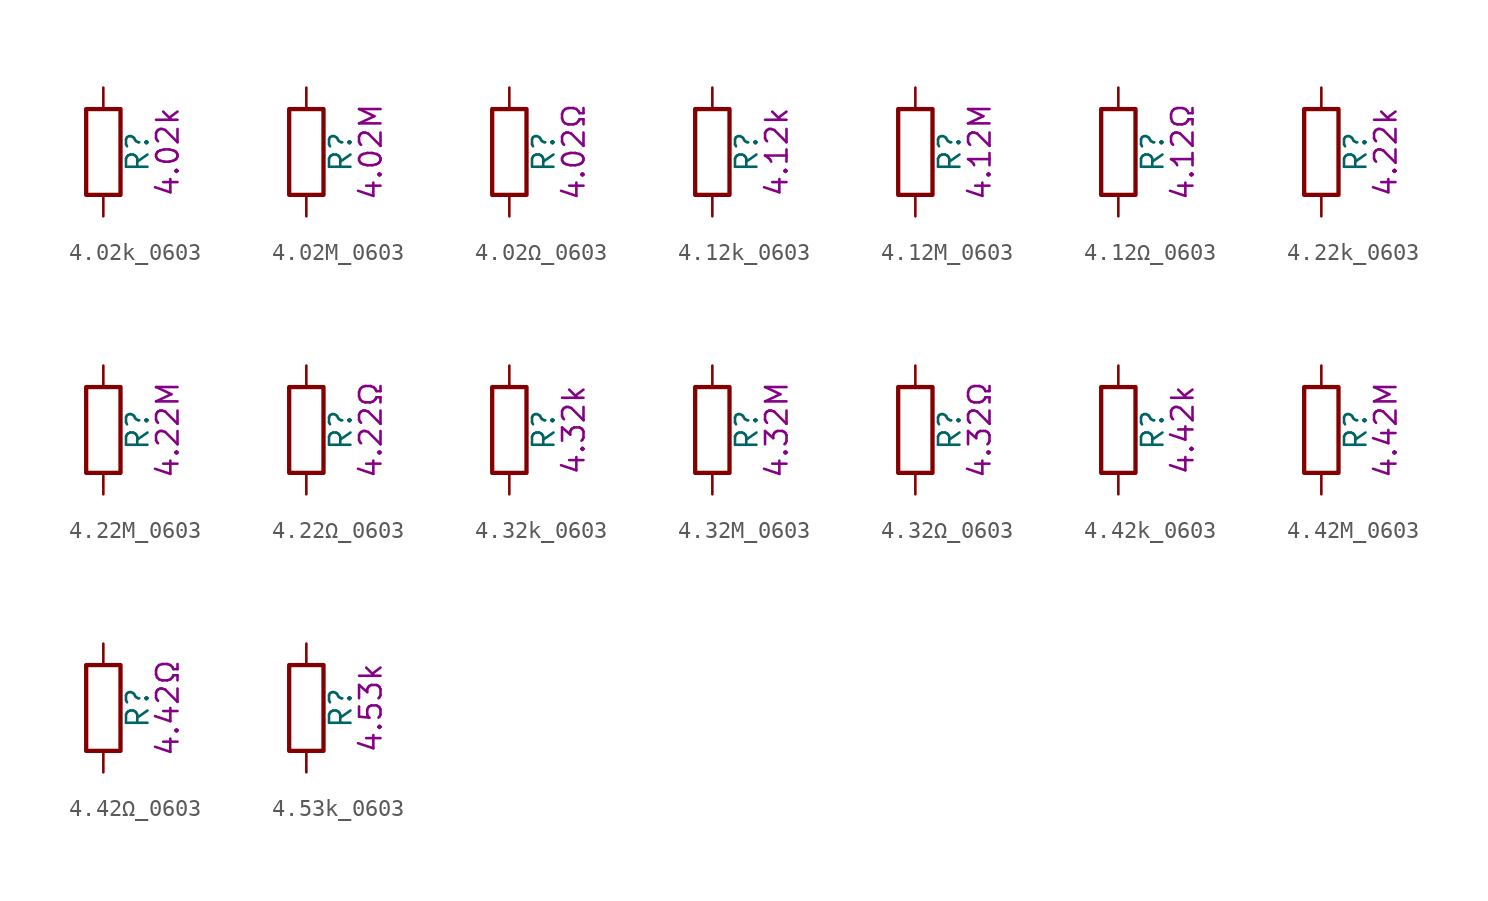
<source format=kicad_sym>
(kicad_symbol_lib
  (version 20211014)
  (generator kicad_symbol_editor)
  (symbol "4.02k_0603"
    (pin_numbers hide)
    (pin_names
      (offset 0))
    (property "Reference" "R"
      (at 2.032 0 90)
      (effects (font (size 1.27 1.27))))
    (property "Display" "4.02k"
      (at 3.81 0 90)
      (effects (font (size 1.27 1.27))))
    (symbol "4.02k_0603_0_1"
      (rectangle (start -1.016 -2.54) (end 1.016 2.54) (stroke (width 0.254) (type default) (color 0 0 0 0)) (fill (type none))))
    (symbol "4.02k_0603_1_1"
      (pin passive line (at 0 3.81 270) (length 1.27) (name "~" (effects (font (size 1.27 1.27)))) (number "1" (effects (font (size 1.27 1.27)))))
      (pin passive line (at 0 -3.81 90) (length 1.27) (name "~" (effects (font (size 1.27 1.27)))) (number "2" (effects (font (size 1.27 1.27)))))))
  (symbol "4.02M_0603"
    (pin_numbers hide)
    (pin_names
      (offset 0))
    (property "Reference" "R"
      (at 2.032 0 90)
      (effects (font (size 1.27 1.27))))
    (property "Display" "4.02M"
      (at 3.81 0 90)
      (effects (font (size 1.27 1.27))))
    (symbol "4.02M_0603_0_1"
      (rectangle (start -1.016 -2.54) (end 1.016 2.54) (stroke (width 0.254) (type default) (color 0 0 0 0)) (fill (type none))))
    (symbol "4.02M_0603_1_1"
      (pin passive line (at 0 3.81 270) (length 1.27) (name "~" (effects (font (size 1.27 1.27)))) (number "1" (effects (font (size 1.27 1.27)))))
      (pin passive line (at 0 -3.81 90) (length 1.27) (name "~" (effects (font (size 1.27 1.27)))) (number "2" (effects (font (size 1.27 1.27)))))))
  (symbol "4.02Ω_0603"
    (pin_numbers hide)
    (pin_names
      (offset 0))
    (property "Reference" "R"
      (at 2.032 0 90)
      (effects (font (size 1.27 1.27))))
    (property "Display" "4.02Ω"
      (at 3.81 0 90)
      (effects (font (size 1.27 1.27))))
    (symbol "4.02Ω_0603_0_1"
      (rectangle (start -1.016 -2.54) (end 1.016 2.54) (stroke (width 0.254) (type default) (color 0 0 0 0)) (fill (type none))))
    (symbol "4.02Ω_0603_1_1"
      (pin passive line (at 0 3.81 270) (length 1.27) (name "~" (effects (font (size 1.27 1.27)))) (number "1" (effects (font (size 1.27 1.27)))))
      (pin passive line (at 0 -3.81 90) (length 1.27) (name "~" (effects (font (size 1.27 1.27)))) (number "2" (effects (font (size 1.27 1.27)))))))
  (symbol "4.12k_0603"
    (pin_numbers hide)
    (pin_names
      (offset 0))
    (property "Reference" "R"
      (at 2.032 0 90)
      (effects (font (size 1.27 1.27))))
    (property "Display" "4.12k"
      (at 3.81 0 90)
      (effects (font (size 1.27 1.27))))
    (symbol "4.12k_0603_0_1"
      (rectangle (start -1.016 -2.54) (end 1.016 2.54) (stroke (width 0.254) (type default) (color 0 0 0 0)) (fill (type none))))
    (symbol "4.12k_0603_1_1"
      (pin passive line (at 0 3.81 270) (length 1.27) (name "~" (effects (font (size 1.27 1.27)))) (number "1" (effects (font (size 1.27 1.27)))))
      (pin passive line (at 0 -3.81 90) (length 1.27) (name "~" (effects (font (size 1.27 1.27)))) (number "2" (effects (font (size 1.27 1.27)))))))
  (symbol "4.12M_0603"
    (pin_numbers hide)
    (pin_names
      (offset 0))
    (property "Reference" "R"
      (at 2.032 0 90)
      (effects (font (size 1.27 1.27))))
    (property "Display" "4.12M"
      (at 3.81 0 90)
      (effects (font (size 1.27 1.27))))
    (symbol "4.12M_0603_0_1"
      (rectangle (start -1.016 -2.54) (end 1.016 2.54) (stroke (width 0.254) (type default) (color 0 0 0 0)) (fill (type none))))
    (symbol "4.12M_0603_1_1"
      (pin passive line (at 0 3.81 270) (length 1.27) (name "~" (effects (font (size 1.27 1.27)))) (number "1" (effects (font (size 1.27 1.27)))))
      (pin passive line (at 0 -3.81 90) (length 1.27) (name "~" (effects (font (size 1.27 1.27)))) (number "2" (effects (font (size 1.27 1.27)))))))
  (symbol "4.12Ω_0603"
    (pin_numbers hide)
    (pin_names
      (offset 0))
    (property "Reference" "R"
      (at 2.032 0 90)
      (effects (font (size 1.27 1.27))))
    (property "Display" "4.12Ω"
      (at 3.81 0 90)
      (effects (font (size 1.27 1.27))))
    (symbol "4.12Ω_0603_0_1"
      (rectangle (start -1.016 -2.54) (end 1.016 2.54) (stroke (width 0.254) (type default) (color 0 0 0 0)) (fill (type none))))
    (symbol "4.12Ω_0603_1_1"
      (pin passive line (at 0 3.81 270) (length 1.27) (name "~" (effects (font (size 1.27 1.27)))) (number "1" (effects (font (size 1.27 1.27)))))
      (pin passive line (at 0 -3.81 90) (length 1.27) (name "~" (effects (font (size 1.27 1.27)))) (number "2" (effects (font (size 1.27 1.27)))))))
  (symbol "4.22k_0603"
    (pin_numbers hide)
    (pin_names
      (offset 0))
    (property "Reference" "R"
      (at 2.032 0 90)
      (effects (font (size 1.27 1.27))))
    (property "Display" "4.22k"
      (at 3.81 0 90)
      (effects (font (size 1.27 1.27))))
    (symbol "4.22k_0603_0_1"
      (rectangle (start -1.016 -2.54) (end 1.016 2.54) (stroke (width 0.254) (type default) (color 0 0 0 0)) (fill (type none))))
    (symbol "4.22k_0603_1_1"
      (pin passive line (at 0 3.81 270) (length 1.27) (name "~" (effects (font (size 1.27 1.27)))) (number "1" (effects (font (size 1.27 1.27)))))
      (pin passive line (at 0 -3.81 90) (length 1.27) (name "~" (effects (font (size 1.27 1.27)))) (number "2" (effects (font (size 1.27 1.27)))))))
  (symbol "4.22M_0603"
    (pin_numbers hide)
    (pin_names
      (offset 0))
    (property "Reference" "R"
      (at 2.032 0 90)
      (effects (font (size 1.27 1.27))))
    (property "Display" "4.22M"
      (at 3.81 0 90)
      (effects (font (size 1.27 1.27))))
    (symbol "4.22M_0603_0_1"
      (rectangle (start -1.016 -2.54) (end 1.016 2.54) (stroke (width 0.254) (type default) (color 0 0 0 0)) (fill (type none))))
    (symbol "4.22M_0603_1_1"
      (pin passive line (at 0 3.81 270) (length 1.27) (name "~" (effects (font (size 1.27 1.27)))) (number "1" (effects (font (size 1.27 1.27)))))
      (pin passive line (at 0 -3.81 90) (length 1.27) (name "~" (effects (font (size 1.27 1.27)))) (number "2" (effects (font (size 1.27 1.27)))))))
  (symbol "4.22Ω_0603"
    (pin_numbers hide)
    (pin_names
      (offset 0))
    (property "Reference" "R"
      (at 2.032 0 90)
      (effects (font (size 1.27 1.27))))
    (property "Display" "4.22Ω"
      (at 3.81 0 90)
      (effects (font (size 1.27 1.27))))
    (symbol "4.22Ω_0603_0_1"
      (rectangle (start -1.016 -2.54) (end 1.016 2.54) (stroke (width 0.254) (type default) (color 0 0 0 0)) (fill (type none))))
    (symbol "4.22Ω_0603_1_1"
      (pin passive line (at 0 3.81 270) (length 1.27) (name "~" (effects (font (size 1.27 1.27)))) (number "1" (effects (font (size 1.27 1.27)))))
      (pin passive line (at 0 -3.81 90) (length 1.27) (name "~" (effects (font (size 1.27 1.27)))) (number "2" (effects (font (size 1.27 1.27)))))))
  (symbol "4.32k_0603"
    (pin_numbers hide)
    (pin_names
      (offset 0))
    (property "Reference" "R"
      (at 2.032 0 90)
      (effects (font (size 1.27 1.27))))
    (property "Display" "4.32k"
      (at 3.81 0 90)
      (effects (font (size 1.27 1.27))))
    (symbol "4.32k_0603_0_1"
      (rectangle (start -1.016 -2.54) (end 1.016 2.54) (stroke (width 0.254) (type default) (color 0 0 0 0)) (fill (type none))))
    (symbol "4.32k_0603_1_1"
      (pin passive line (at 0 3.81 270) (length 1.27) (name "~" (effects (font (size 1.27 1.27)))) (number "1" (effects (font (size 1.27 1.27)))))
      (pin passive line (at 0 -3.81 90) (length 1.27) (name "~" (effects (font (size 1.27 1.27)))) (number "2" (effects (font (size 1.27 1.27)))))))
  (symbol "4.32M_0603"
    (pin_numbers hide)
    (pin_names
      (offset 0))
    (property "Reference" "R"
      (at 2.032 0 90)
      (effects (font (size 1.27 1.27))))
    (property "Display" "4.32M"
      (at 3.81 0 90)
      (effects (font (size 1.27 1.27))))
    (symbol "4.32M_0603_0_1"
      (rectangle (start -1.016 -2.54) (end 1.016 2.54) (stroke (width 0.254) (type default) (color 0 0 0 0)) (fill (type none))))
    (symbol "4.32M_0603_1_1"
      (pin passive line (at 0 3.81 270) (length 1.27) (name "~" (effects (font (size 1.27 1.27)))) (number "1" (effects (font (size 1.27 1.27)))))
      (pin passive line (at 0 -3.81 90) (length 1.27) (name "~" (effects (font (size 1.27 1.27)))) (number "2" (effects (font (size 1.27 1.27)))))))
  (symbol "4.32Ω_0603"
    (pin_numbers hide)
    (pin_names
      (offset 0))
    (property "Reference" "R"
      (at 2.032 0 90)
      (effects (font (size 1.27 1.27))))
    (property "Display" "4.32Ω"
      (at 3.81 0 90)
      (effects (font (size 1.27 1.27))))
    (symbol "4.32Ω_0603_0_1"
      (rectangle (start -1.016 -2.54) (end 1.016 2.54) (stroke (width 0.254) (type default) (color 0 0 0 0)) (fill (type none))))
    (symbol "4.32Ω_0603_1_1"
      (pin passive line (at 0 3.81 270) (length 1.27) (name "~" (effects (font (size 1.27 1.27)))) (number "1" (effects (font (size 1.27 1.27)))))
      (pin passive line (at 0 -3.81 90) (length 1.27) (name "~" (effects (font (size 1.27 1.27)))) (number "2" (effects (font (size 1.27 1.27)))))))
  (symbol "4.42k_0603"
    (pin_numbers hide)
    (pin_names
      (offset 0))
    (property "Reference" "R"
      (at 2.032 0 90)
      (effects (font (size 1.27 1.27))))
    (property "Display" "4.42k"
      (at 3.81 0 90)
      (effects (font (size 1.27 1.27))))
    (symbol "4.42k_0603_0_1"
      (rectangle (start -1.016 -2.54) (end 1.016 2.54) (stroke (width 0.254) (type default) (color 0 0 0 0)) (fill (type none))))
    (symbol "4.42k_0603_1_1"
      (pin passive line (at 0 3.81 270) (length 1.27) (name "~" (effects (font (size 1.27 1.27)))) (number "1" (effects (font (size 1.27 1.27)))))
      (pin passive line (at 0 -3.81 90) (length 1.27) (name "~" (effects (font (size 1.27 1.27)))) (number "2" (effects (font (size 1.27 1.27)))))))
  (symbol "4.42M_0603"
    (pin_numbers hide)
    (pin_names
      (offset 0))
    (property "Reference" "R"
      (at 2.032 0 90)
      (effects (font (size 1.27 1.27))))
    (property "Display" "4.42M"
      (at 3.81 0 90)
      (effects (font (size 1.27 1.27))))
    (symbol "4.42M_0603_0_1"
      (rectangle (start -1.016 -2.54) (end 1.016 2.54) (stroke (width 0.254) (type default) (color 0 0 0 0)) (fill (type none))))
    (symbol "4.42M_0603_1_1"
      (pin passive line (at 0 3.81 270) (length 1.27) (name "~" (effects (font (size 1.27 1.27)))) (number "1" (effects (font (size 1.27 1.27)))))
      (pin passive line (at 0 -3.81 90) (length 1.27) (name "~" (effects (font (size 1.27 1.27)))) (number "2" (effects (font (size 1.27 1.27)))))))
  (symbol "4.42Ω_0603"
    (pin_numbers hide)
    (pin_names
      (offset 0))
    (property "Reference" "R"
      (at 2.032 0 90)
      (effects (font (size 1.27 1.27))))
    (property "Display" "4.42Ω"
      (at 3.81 0 90)
      (effects (font (size 1.27 1.27))))
    (symbol "4.42Ω_0603_0_1"
      (rectangle (start -1.016 -2.54) (end 1.016 2.54) (stroke (width 0.254) (type default) (color 0 0 0 0)) (fill (type none))))
    (symbol "4.42Ω_0603_1_1"
      (pin passive line (at 0 3.81 270) (length 1.27) (name "~" (effects (font (size 1.27 1.27)))) (number "1" (effects (font (size 1.27 1.27)))))
      (pin passive line (at 0 -3.81 90) (length 1.27) (name "~" (effects (font (size 1.27 1.27)))) (number "2" (effects (font (size 1.27 1.27)))))))
  (symbol "4.53k_0603"
    (pin_numbers hide)
    (pin_names
      (offset 0))
    (property "Reference" "R"
      (at 2.032 0 90)
      (effects (font (size 1.27 1.27))))
    (property "Display" "4.53k"
      (at 3.81 0 90)
      (effects (font (size 1.27 1.27))))
    (symbol "4.53k_0603_0_1"
      (rectangle (start -1.016 -2.54) (end 1.016 2.54) (stroke (width 0.254) (type default) (color 0 0 0 0)) (fill (type none))))
    (symbol "4.53k_0603_1_1"
      (pin passive line (at 0 3.81 270) (length 1.27) (name "~" (effects (font (size 1.27 1.27)))) (number "1" (effects (font (size 1.27 1.27)))))
      (pin passive line (at 0 -3.81 90) (length 1.27) (name "~" (effects (font (size 1.27 1.27)))) (number "2" (effects (font (size 1.27 1.27))))))))
</source>
